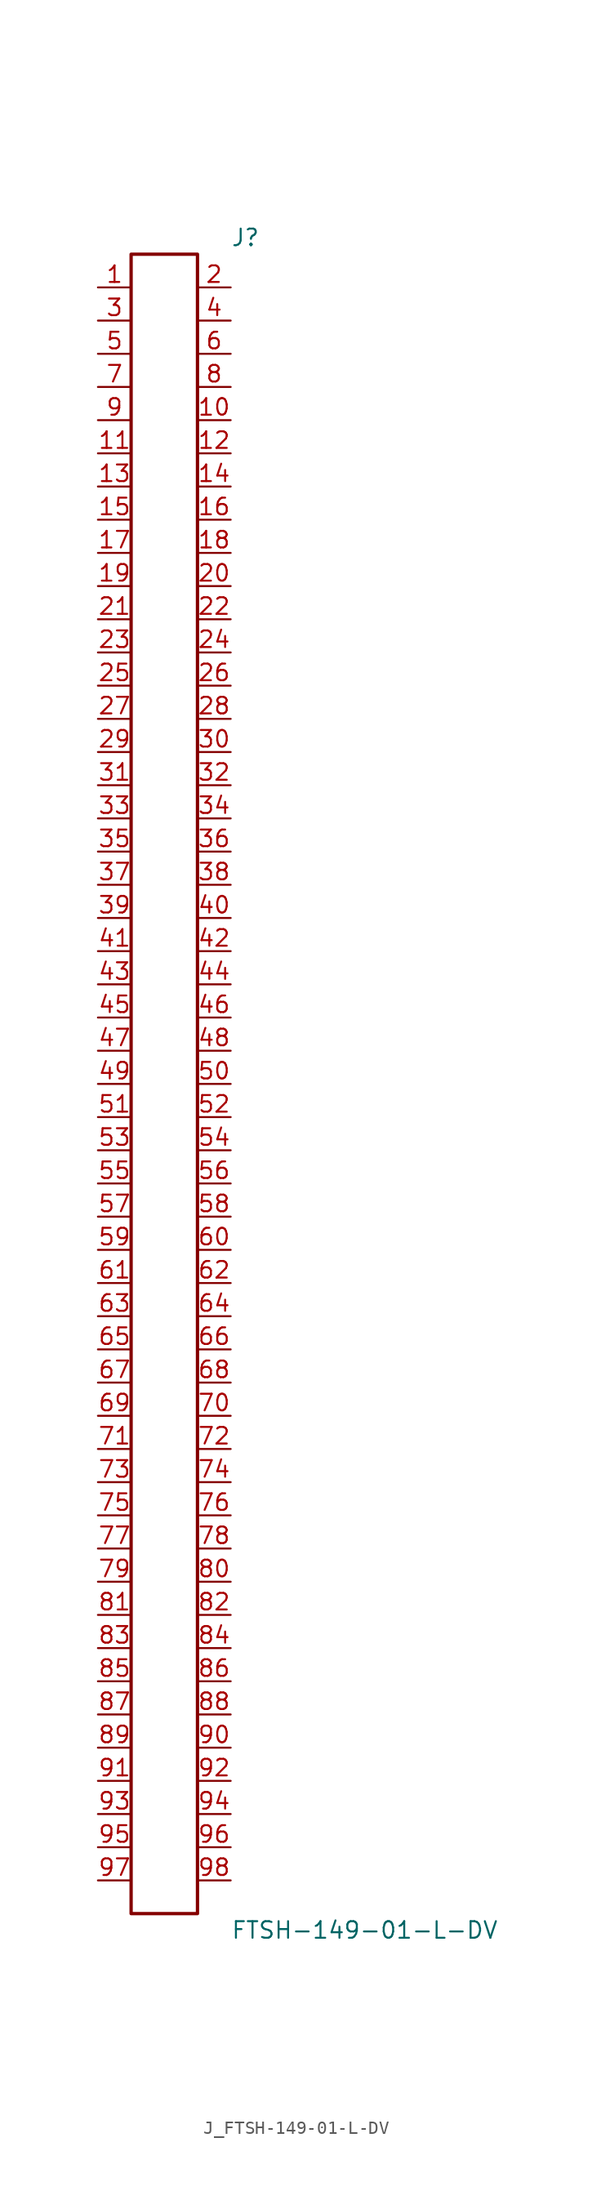
<source format=kicad_sym>
(kicad_symbol_lib
  (version 20231120)
  (generator kicad_symbol_editor)
  (generator_version 8.0)
  (symbol "J_FTSH-149-01-L-DV"
    (pin_names
      (offset 0.254))
    (property "Reference" "J"
      (at 5.08 64.77 0)
      (effects (font (size 1.27 1.27)) (justify left)))
    (property "Value" "FTSH-149-01-L-DV"
      (at 5.08 -64.77 0)
      (effects (font (size 1.27 1.27)) (justify left)))
    (symbol "J_FTSH-149-01-L-DV_0_0"
      (pin passive line (at -5.08 60.96 0) (length 2.54) (name "" (effects (font (size 1.27 1.27)))) (number "1" (effects (font (size 1.27 1.27)))))
      (pin passive line (at 5.08 60.96 180) (length 2.54) (name "" (effects (font (size 1.27 1.27)))) (number "2" (effects (font (size 1.27 1.27)))))
      (pin passive line (at -5.08 58.42 0) (length 2.54) (name "" (effects (font (size 1.27 1.27)))) (number "3" (effects (font (size 1.27 1.27)))))
      (pin passive line (at 5.08 58.42 180) (length 2.54) (name "" (effects (font (size 1.27 1.27)))) (number "4" (effects (font (size 1.27 1.27)))))
      (pin passive line (at -5.08 55.88 0) (length 2.54) (name "" (effects (font (size 1.27 1.27)))) (number "5" (effects (font (size 1.27 1.27)))))
      (pin passive line (at 5.08 55.88 180) (length 2.54) (name "" (effects (font (size 1.27 1.27)))) (number "6" (effects (font (size 1.27 1.27)))))
      (pin passive line (at -5.08 53.34 0) (length 2.54) (name "" (effects (font (size 1.27 1.27)))) (number "7" (effects (font (size 1.27 1.27)))))
      (pin passive line (at 5.08 53.34 180) (length 2.54) (name "" (effects (font (size 1.27 1.27)))) (number "8" (effects (font (size 1.27 1.27)))))
      (pin passive line (at -5.08 50.8 0) (length 2.54) (name "" (effects (font (size 1.27 1.27)))) (number "9" (effects (font (size 1.27 1.27)))))
      (pin passive line (at 5.08 50.8 180) (length 2.54) (name "" (effects (font (size 1.27 1.27)))) (number "10" (effects (font (size 1.27 1.27)))))
      (pin passive line (at -5.08 48.26 0) (length 2.54) (name "" (effects (font (size 1.27 1.27)))) (number "11" (effects (font (size 1.27 1.27)))))
      (pin passive line (at 5.08 48.26 180) (length 2.54) (name "" (effects (font (size 1.27 1.27)))) (number "12" (effects (font (size 1.27 1.27)))))
      (pin passive line (at -5.08 45.72 0) (length 2.54) (name "" (effects (font (size 1.27 1.27)))) (number "13" (effects (font (size 1.27 1.27)))))
      (pin passive line (at 5.08 45.72 180) (length 2.54) (name "" (effects (font (size 1.27 1.27)))) (number "14" (effects (font (size 1.27 1.27)))))
      (pin passive line (at -5.08 43.18 0) (length 2.54) (name "" (effects (font (size 1.27 1.27)))) (number "15" (effects (font (size 1.27 1.27)))))
      (pin passive line (at 5.08 43.18 180) (length 2.54) (name "" (effects (font (size 1.27 1.27)))) (number "16" (effects (font (size 1.27 1.27)))))
      (pin passive line (at -5.08 40.64 0) (length 2.54) (name "" (effects (font (size 1.27 1.27)))) (number "17" (effects (font (size 1.27 1.27)))))
      (pin passive line (at 5.08 40.64 180) (length 2.54) (name "" (effects (font (size 1.27 1.27)))) (number "18" (effects (font (size 1.27 1.27)))))
      (pin passive line (at -5.08 38.1 0) (length 2.54) (name "" (effects (font (size 1.27 1.27)))) (number "19" (effects (font (size 1.27 1.27)))))
      (pin passive line (at 5.08 38.1 180) (length 2.54) (name "" (effects (font (size 1.27 1.27)))) (number "20" (effects (font (size 1.27 1.27)))))
      (pin passive line (at -5.08 35.56 0) (length 2.54) (name "" (effects (font (size 1.27 1.27)))) (number "21" (effects (font (size 1.27 1.27)))))
      (pin passive line (at 5.08 35.56 180) (length 2.54) (name "" (effects (font (size 1.27 1.27)))) (number "22" (effects (font (size 1.27 1.27)))))
      (pin passive line (at -5.08 33.02 0) (length 2.54) (name "" (effects (font (size 1.27 1.27)))) (number "23" (effects (font (size 1.27 1.27)))))
      (pin passive line (at 5.08 33.02 180) (length 2.54) (name "" (effects (font (size 1.27 1.27)))) (number "24" (effects (font (size 1.27 1.27)))))
      (pin passive line (at -5.08 30.48 0) (length 2.54) (name "" (effects (font (size 1.27 1.27)))) (number "25" (effects (font (size 1.27 1.27)))))
      (pin passive line (at 5.08 30.48 180) (length 2.54) (name "" (effects (font (size 1.27 1.27)))) (number "26" (effects (font (size 1.27 1.27)))))
      (pin passive line (at -5.08 27.94 0) (length 2.54) (name "" (effects (font (size 1.27 1.27)))) (number "27" (effects (font (size 1.27 1.27)))))
      (pin passive line (at 5.08 27.94 180) (length 2.54) (name "" (effects (font (size 1.27 1.27)))) (number "28" (effects (font (size 1.27 1.27)))))
      (pin passive line (at -5.08 25.4 0) (length 2.54) (name "" (effects (font (size 1.27 1.27)))) (number "29" (effects (font (size 1.27 1.27)))))
      (pin passive line (at 5.08 25.4 180) (length 2.54) (name "" (effects (font (size 1.27 1.27)))) (number "30" (effects (font (size 1.27 1.27)))))
      (pin passive line (at -5.08 22.86 0) (length 2.54) (name "" (effects (font (size 1.27 1.27)))) (number "31" (effects (font (size 1.27 1.27)))))
      (pin passive line (at 5.08 22.86 180) (length 2.54) (name "" (effects (font (size 1.27 1.27)))) (number "32" (effects (font (size 1.27 1.27)))))
      (pin passive line (at -5.08 20.32 0) (length 2.54) (name "" (effects (font (size 1.27 1.27)))) (number "33" (effects (font (size 1.27 1.27)))))
      (pin passive line (at 5.08 20.32 180) (length 2.54) (name "" (effects (font (size 1.27 1.27)))) (number "34" (effects (font (size 1.27 1.27)))))
      (pin passive line (at -5.08 17.78 0) (length 2.54) (name "" (effects (font (size 1.27 1.27)))) (number "35" (effects (font (size 1.27 1.27)))))
      (pin passive line (at 5.08 17.78 180) (length 2.54) (name "" (effects (font (size 1.27 1.27)))) (number "36" (effects (font (size 1.27 1.27)))))
      (pin passive line (at -5.08 15.24 0) (length 2.54) (name "" (effects (font (size 1.27 1.27)))) (number "37" (effects (font (size 1.27 1.27)))))
      (pin passive line (at 5.08 15.24 180) (length 2.54) (name "" (effects (font (size 1.27 1.27)))) (number "38" (effects (font (size 1.27 1.27)))))
      (pin passive line (at -5.08 12.7 0) (length 2.54) (name "" (effects (font (size 1.27 1.27)))) (number "39" (effects (font (size 1.27 1.27)))))
      (pin passive line (at 5.08 12.7 180) (length 2.54) (name "" (effects (font (size 1.27 1.27)))) (number "40" (effects (font (size 1.27 1.27)))))
      (pin passive line (at -5.08 10.16 0) (length 2.54) (name "" (effects (font (size 1.27 1.27)))) (number "41" (effects (font (size 1.27 1.27)))))
      (pin passive line (at 5.08 10.16 180) (length 2.54) (name "" (effects (font (size 1.27 1.27)))) (number "42" (effects (font (size 1.27 1.27)))))
      (pin passive line (at -5.08 7.62 0) (length 2.54) (name "" (effects (font (size 1.27 1.27)))) (number "43" (effects (font (size 1.27 1.27)))))
      (pin passive line (at 5.08 7.62 180) (length 2.54) (name "" (effects (font (size 1.27 1.27)))) (number "44" (effects (font (size 1.27 1.27)))))
      (pin passive line (at -5.08 5.08 0) (length 2.54) (name "" (effects (font (size 1.27 1.27)))) (number "45" (effects (font (size 1.27 1.27)))))
      (pin passive line (at 5.08 5.08 180) (length 2.54) (name "" (effects (font (size 1.27 1.27)))) (number "46" (effects (font (size 1.27 1.27)))))
      (pin passive line (at -5.08 2.54 0) (length 2.54) (name "" (effects (font (size 1.27 1.27)))) (number "47" (effects (font (size 1.27 1.27)))))
      (pin passive line (at 5.08 2.54 180) (length 2.54) (name "" (effects (font (size 1.27 1.27)))) (number "48" (effects (font (size 1.27 1.27)))))
      (pin passive line (at -5.08 0.0 0) (length 2.54) (name "" (effects (font (size 1.27 1.27)))) (number "49" (effects (font (size 1.27 1.27)))))
      (pin passive line (at 5.08 0.0 180) (length 2.54) (name "" (effects (font (size 1.27 1.27)))) (number "50" (effects (font (size 1.27 1.27)))))
      (pin passive line (at -5.08 -2.54 0) (length 2.54) (name "" (effects (font (size 1.27 1.27)))) (number "51" (effects (font (size 1.27 1.27)))))
      (pin passive line (at 5.08 -2.54 180) (length 2.54) (name "" (effects (font (size 1.27 1.27)))) (number "52" (effects (font (size 1.27 1.27)))))
      (pin passive line (at -5.08 -5.08 0) (length 2.54) (name "" (effects (font (size 1.27 1.27)))) (number "53" (effects (font (size 1.27 1.27)))))
      (pin passive line (at 5.08 -5.08 180) (length 2.54) (name "" (effects (font (size 1.27 1.27)))) (number "54" (effects (font (size 1.27 1.27)))))
      (pin passive line (at -5.08 -7.62 0) (length 2.54) (name "" (effects (font (size 1.27 1.27)))) (number "55" (effects (font (size 1.27 1.27)))))
      (pin passive line (at 5.08 -7.62 180) (length 2.54) (name "" (effects (font (size 1.27 1.27)))) (number "56" (effects (font (size 1.27 1.27)))))
      (pin passive line (at -5.08 -10.16 0) (length 2.54) (name "" (effects (font (size 1.27 1.27)))) (number "57" (effects (font (size 1.27 1.27)))))
      (pin passive line (at 5.08 -10.16 180) (length 2.54) (name "" (effects (font (size 1.27 1.27)))) (number "58" (effects (font (size 1.27 1.27)))))
      (pin passive line (at -5.08 -12.7 0) (length 2.54) (name "" (effects (font (size 1.27 1.27)))) (number "59" (effects (font (size 1.27 1.27)))))
      (pin passive line (at 5.08 -12.7 180) (length 2.54) (name "" (effects (font (size 1.27 1.27)))) (number "60" (effects (font (size 1.27 1.27)))))
      (pin passive line (at -5.08 -15.24 0) (length 2.54) (name "" (effects (font (size 1.27 1.27)))) (number "61" (effects (font (size 1.27 1.27)))))
      (pin passive line (at 5.08 -15.24 180) (length 2.54) (name "" (effects (font (size 1.27 1.27)))) (number "62" (effects (font (size 1.27 1.27)))))
      (pin passive line (at -5.08 -17.78 0) (length 2.54) (name "" (effects (font (size 1.27 1.27)))) (number "63" (effects (font (size 1.27 1.27)))))
      (pin passive line (at 5.08 -17.78 180) (length 2.54) (name "" (effects (font (size 1.27 1.27)))) (number "64" (effects (font (size 1.27 1.27)))))
      (pin passive line (at -5.08 -20.32 0) (length 2.54) (name "" (effects (font (size 1.27 1.27)))) (number "65" (effects (font (size 1.27 1.27)))))
      (pin passive line (at 5.08 -20.32 180) (length 2.54) (name "" (effects (font (size 1.27 1.27)))) (number "66" (effects (font (size 1.27 1.27)))))
      (pin passive line (at -5.08 -22.86 0) (length 2.54) (name "" (effects (font (size 1.27 1.27)))) (number "67" (effects (font (size 1.27 1.27)))))
      (pin passive line (at 5.08 -22.86 180) (length 2.54) (name "" (effects (font (size 1.27 1.27)))) (number "68" (effects (font (size 1.27 1.27)))))
      (pin passive line (at -5.08 -25.4 0) (length 2.54) (name "" (effects (font (size 1.27 1.27)))) (number "69" (effects (font (size 1.27 1.27)))))
      (pin passive line (at 5.08 -25.4 180) (length 2.54) (name "" (effects (font (size 1.27 1.27)))) (number "70" (effects (font (size 1.27 1.27)))))
      (pin passive line (at -5.08 -27.94 0) (length 2.54) (name "" (effects (font (size 1.27 1.27)))) (number "71" (effects (font (size 1.27 1.27)))))
      (pin passive line (at 5.08 -27.94 180) (length 2.54) (name "" (effects (font (size 1.27 1.27)))) (number "72" (effects (font (size 1.27 1.27)))))
      (pin passive line (at -5.08 -30.48 0) (length 2.54) (name "" (effects (font (size 1.27 1.27)))) (number "73" (effects (font (size 1.27 1.27)))))
      (pin passive line (at 5.08 -30.48 180) (length 2.54) (name "" (effects (font (size 1.27 1.27)))) (number "74" (effects (font (size 1.27 1.27)))))
      (pin passive line (at -5.08 -33.02 0) (length 2.54) (name "" (effects (font (size 1.27 1.27)))) (number "75" (effects (font (size 1.27 1.27)))))
      (pin passive line (at 5.08 -33.02 180) (length 2.54) (name "" (effects (font (size 1.27 1.27)))) (number "76" (effects (font (size 1.27 1.27)))))
      (pin passive line (at -5.08 -35.56 0) (length 2.54) (name "" (effects (font (size 1.27 1.27)))) (number "77" (effects (font (size 1.27 1.27)))))
      (pin passive line (at 5.08 -35.56 180) (length 2.54) (name "" (effects (font (size 1.27 1.27)))) (number "78" (effects (font (size 1.27 1.27)))))
      (pin passive line (at -5.08 -38.1 0) (length 2.54) (name "" (effects (font (size 1.27 1.27)))) (number "79" (effects (font (size 1.27 1.27)))))
      (pin passive line (at 5.08 -38.1 180) (length 2.54) (name "" (effects (font (size 1.27 1.27)))) (number "80" (effects (font (size 1.27 1.27)))))
      (pin passive line (at -5.08 -40.64 0) (length 2.54) (name "" (effects (font (size 1.27 1.27)))) (number "81" (effects (font (size 1.27 1.27)))))
      (pin passive line (at 5.08 -40.64 180) (length 2.54) (name "" (effects (font (size 1.27 1.27)))) (number "82" (effects (font (size 1.27 1.27)))))
      (pin passive line (at -5.08 -43.18 0) (length 2.54) (name "" (effects (font (size 1.27 1.27)))) (number "83" (effects (font (size 1.27 1.27)))))
      (pin passive line (at 5.08 -43.18 180) (length 2.54) (name "" (effects (font (size 1.27 1.27)))) (number "84" (effects (font (size 1.27 1.27)))))
      (pin passive line (at -5.08 -45.72 0) (length 2.54) (name "" (effects (font (size 1.27 1.27)))) (number "85" (effects (font (size 1.27 1.27)))))
      (pin passive line (at 5.08 -45.72 180) (length 2.54) (name "" (effects (font (size 1.27 1.27)))) (number "86" (effects (font (size 1.27 1.27)))))
      (pin passive line (at -5.08 -48.26 0) (length 2.54) (name "" (effects (font (size 1.27 1.27)))) (number "87" (effects (font (size 1.27 1.27)))))
      (pin passive line (at 5.08 -48.26 180) (length 2.54) (name "" (effects (font (size 1.27 1.27)))) (number "88" (effects (font (size 1.27 1.27)))))
      (pin passive line (at -5.08 -50.8 0) (length 2.54) (name "" (effects (font (size 1.27 1.27)))) (number "89" (effects (font (size 1.27 1.27)))))
      (pin passive line (at 5.08 -50.8 180) (length 2.54) (name "" (effects (font (size 1.27 1.27)))) (number "90" (effects (font (size 1.27 1.27)))))
      (pin passive line (at -5.08 -53.34 0) (length 2.54) (name "" (effects (font (size 1.27 1.27)))) (number "91" (effects (font (size 1.27 1.27)))))
      (pin passive line (at 5.08 -53.34 180) (length 2.54) (name "" (effects (font (size 1.27 1.27)))) (number "92" (effects (font (size 1.27 1.27)))))
      (pin passive line (at -5.08 -55.88 0) (length 2.54) (name "" (effects (font (size 1.27 1.27)))) (number "93" (effects (font (size 1.27 1.27)))))
      (pin passive line (at 5.08 -55.88 180) (length 2.54) (name "" (effects (font (size 1.27 1.27)))) (number "94" (effects (font (size 1.27 1.27)))))
      (pin passive line (at -5.08 -58.42 0) (length 2.54) (name "" (effects (font (size 1.27 1.27)))) (number "95" (effects (font (size 1.27 1.27)))))
      (pin passive line (at 5.08 -58.42 180) (length 2.54) (name "" (effects (font (size 1.27 1.27)))) (number "96" (effects (font (size 1.27 1.27)))))
      (pin passive line (at -5.08 -60.96 0) (length 2.54) (name "" (effects (font (size 1.27 1.27)))) (number "97" (effects (font (size 1.27 1.27)))))
      (pin passive line (at 5.08 -60.96 180) (length 2.54) (name "" (effects (font (size 1.27 1.27)))) (number "98" (effects (font (size 1.27 1.27))))))
    (symbol "J_FTSH-149-01-L-DV_1_0"
      (rectangle (start -2.54 63.5) (end 2.54 -63.5) (stroke (width 0.254) (type solid)) (fill (type none))))))
</source>
